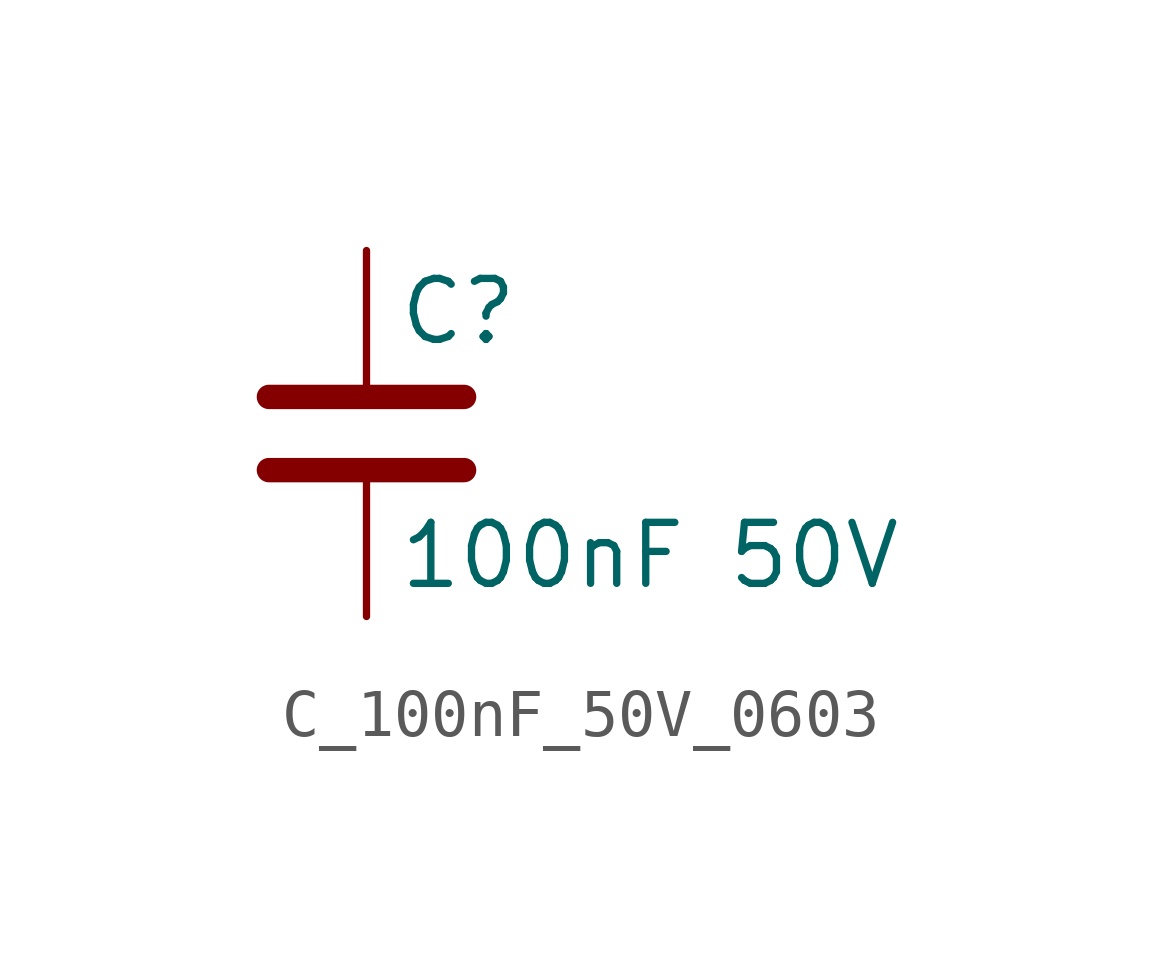
<source format=kicad_sym>
(kicad_symbol_lib
  (version 20231120)
  (generator "kicad_symbol_editor")
  (generator_version "8.0")
  (symbol "C_100nF_50V_0603"
    (pin_numbers hide)
    (pin_names
      (offset 0.254))
    (property "Reference" "C"
      (at 0.635 2.54 0)
      (effects (font (size 1.27 1.27)) (justify left)))
    (property "Value" "100nF 50V"
      (at 0.635 -2.54 0)
      (effects (font (size 1.27 1.27)) (justify left)))
    (symbol "C_100nF_50V_0603_0_1"
      (polyline (pts (xy -2.032 -0.762) (xy 2.032 -0.762)) (stroke (width 0.508) (type default)) (fill (type none)))
      (polyline (pts (xy -2.032 0.762) (xy 2.032 0.762)) (stroke (width 0.508) (type default)) (fill (type none))))
    (symbol "C_100nF_50V_0603_1_1"
      (pin passive line (at 0 3.81 270) (length 2.794) (name "~" (effects (font (size 1.27 1.27)))) (number "1" (effects (font (size 1.27 1.27)))))
      (pin passive line (at 0 -3.81 90) (length 2.794) (name "~" (effects (font (size 1.27 1.27)))) (number "2" (effects (font (size 1.27 1.27))))))))
</source>
